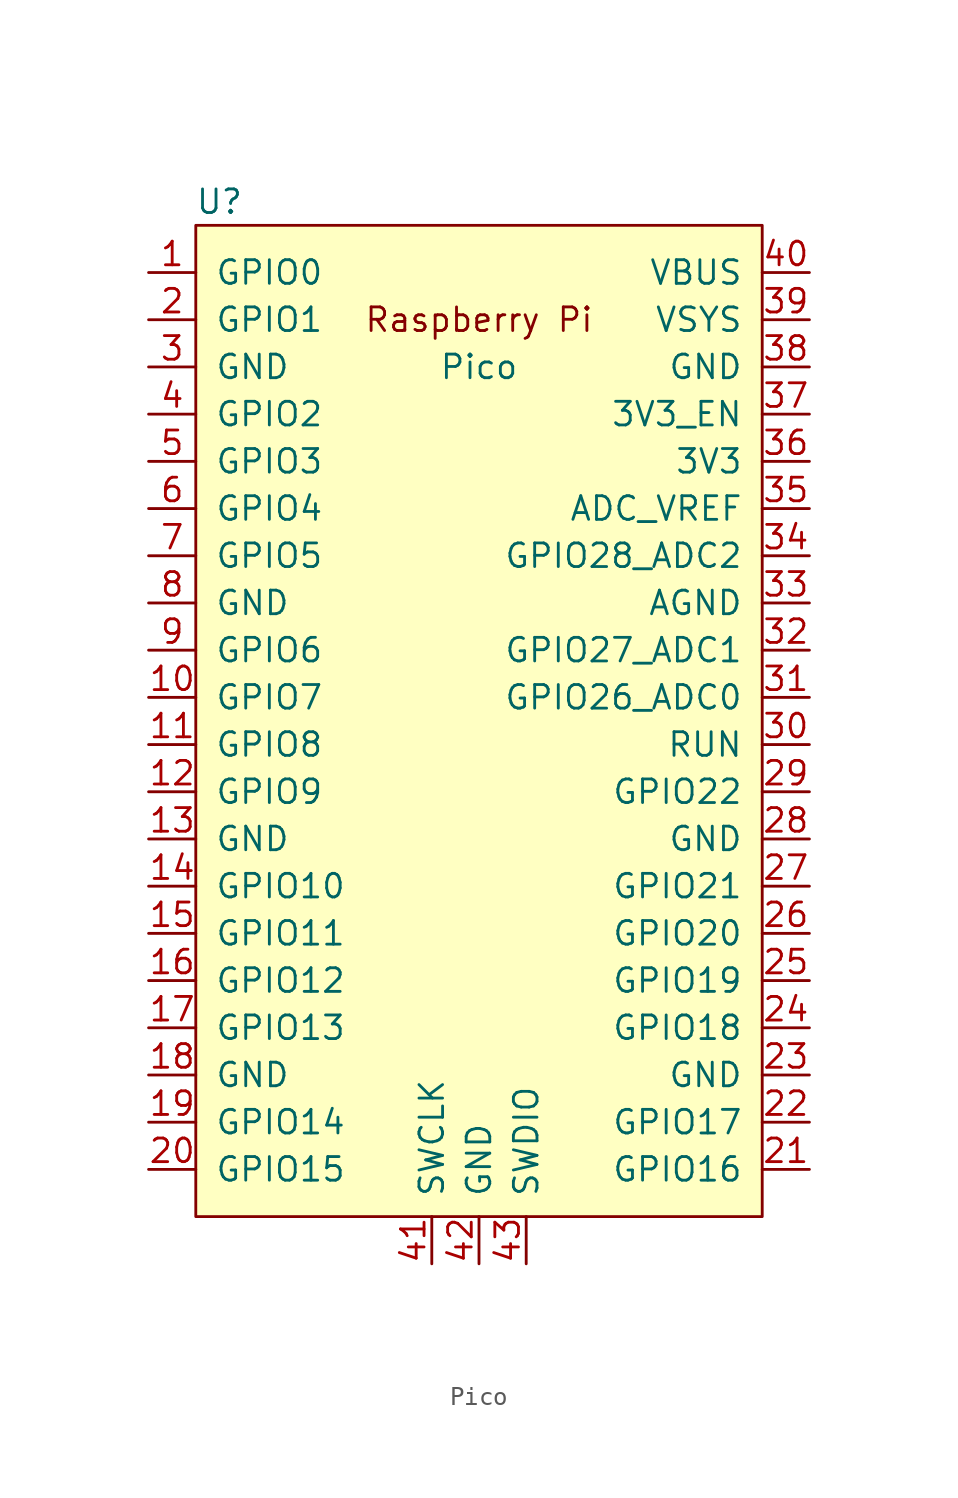
<source format=kicad_sym>
(kicad_symbol_lib
  (version 20220914)
  (generator kicad_symbol_editor)
  (symbol "Pico"
    (pin_names
      (offset 1.016))
    (property "Reference" "U"
      (at -13.97 27.94 0)
      (effects (font (size 1.27 1.27))))
    (property "Value" "Pico"
      (at 0 19.05 0)
      (effects (font (size 1.27 1.27))))
    (symbol "Pico_0_0"
      (text "Raspberry Pi" (at 0 21.59 0) (effects (font (size 1.27 1.27)))))
    (symbol "Pico_0_1"
      (rectangle (start -15.24 26.67) (end 15.24 -26.67) (stroke (width 0) (type default)) (fill (type background))))
    (symbol "Pico_1_1"
      (pin bidirectional line (at -17.78 24.13 0) (length 2.54) (name "GPIO0" (effects (font (size 1.27 1.27)))) (number "1" (effects (font (size 1.27 1.27)))))
      (pin bidirectional line (at -17.78 1.27 0) (length 2.54) (name "GPIO7" (effects (font (size 1.27 1.27)))) (number "10" (effects (font (size 1.27 1.27)))))
      (pin bidirectional line (at -17.78 -1.27 0) (length 2.54) (name "GPIO8" (effects (font (size 1.27 1.27)))) (number "11" (effects (font (size 1.27 1.27)))))
      (pin bidirectional line (at -17.78 -3.81 0) (length 2.54) (name "GPIO9" (effects (font (size 1.27 1.27)))) (number "12" (effects (font (size 1.27 1.27)))))
      (pin power_in line (at -17.78 -6.35 0) (length 2.54) (name "GND" (effects (font (size 1.27 1.27)))) (number "13" (effects (font (size 1.27 1.27)))))
      (pin bidirectional line (at -17.78 -8.89 0) (length 2.54) (name "GPIO10" (effects (font (size 1.27 1.27)))) (number "14" (effects (font (size 1.27 1.27)))))
      (pin bidirectional line (at -17.78 -11.43 0) (length 2.54) (name "GPIO11" (effects (font (size 1.27 1.27)))) (number "15" (effects (font (size 1.27 1.27)))))
      (pin bidirectional line (at -17.78 -13.97 0) (length 2.54) (name "GPIO12" (effects (font (size 1.27 1.27)))) (number "16" (effects (font (size 1.27 1.27)))))
      (pin bidirectional line (at -17.78 -16.51 0) (length 2.54) (name "GPIO13" (effects (font (size 1.27 1.27)))) (number "17" (effects (font (size 1.27 1.27)))))
      (pin power_in line (at -17.78 -19.05 0) (length 2.54) (name "GND" (effects (font (size 1.27 1.27)))) (number "18" (effects (font (size 1.27 1.27)))))
      (pin bidirectional line (at -17.78 -21.59 0) (length 2.54) (name "GPIO14" (effects (font (size 1.27 1.27)))) (number "19" (effects (font (size 1.27 1.27)))))
      (pin bidirectional line (at -17.78 21.59 0) (length 2.54) (name "GPIO1" (effects (font (size 1.27 1.27)))) (number "2" (effects (font (size 1.27 1.27)))))
      (pin bidirectional line (at -17.78 -24.13 0) (length 2.54) (name "GPIO15" (effects (font (size 1.27 1.27)))) (number "20" (effects (font (size 1.27 1.27)))))
      (pin bidirectional line (at 17.78 -24.13 180) (length 2.54) (name "GPIO16" (effects (font (size 1.27 1.27)))) (number "21" (effects (font (size 1.27 1.27)))))
      (pin bidirectional line (at 17.78 -21.59 180) (length 2.54) (name "GPIO17" (effects (font (size 1.27 1.27)))) (number "22" (effects (font (size 1.27 1.27)))))
      (pin power_in line (at 17.78 -19.05 180) (length 2.54) (name "GND" (effects (font (size 1.27 1.27)))) (number "23" (effects (font (size 1.27 1.27)))))
      (pin bidirectional line (at 17.78 -16.51 180) (length 2.54) (name "GPIO18" (effects (font (size 1.27 1.27)))) (number "24" (effects (font (size 1.27 1.27)))))
      (pin bidirectional line (at 17.78 -13.97 180) (length 2.54) (name "GPIO19" (effects (font (size 1.27 1.27)))) (number "25" (effects (font (size 1.27 1.27)))))
      (pin bidirectional line (at 17.78 -11.43 180) (length 2.54) (name "GPIO20" (effects (font (size 1.27 1.27)))) (number "26" (effects (font (size 1.27 1.27)))))
      (pin bidirectional line (at 17.78 -8.89 180) (length 2.54) (name "GPIO21" (effects (font (size 1.27 1.27)))) (number "27" (effects (font (size 1.27 1.27)))))
      (pin power_in line (at 17.78 -6.35 180) (length 2.54) (name "GND" (effects (font (size 1.27 1.27)))) (number "28" (effects (font (size 1.27 1.27)))))
      (pin bidirectional line (at 17.78 -3.81 180) (length 2.54) (name "GPIO22" (effects (font (size 1.27 1.27)))) (number "29" (effects (font (size 1.27 1.27)))))
      (pin power_in line (at -17.78 19.05 0) (length 2.54) (name "GND" (effects (font (size 1.27 1.27)))) (number "3" (effects (font (size 1.27 1.27)))))
      (pin input line (at 17.78 -1.27 180) (length 2.54) (name "RUN" (effects (font (size 1.27 1.27)))) (number "30" (effects (font (size 1.27 1.27)))))
      (pin bidirectional line (at 17.78 1.27 180) (length 2.54) (name "GPIO26_ADC0" (effects (font (size 1.27 1.27)))) (number "31" (effects (font (size 1.27 1.27)))))
      (pin bidirectional line (at 17.78 3.81 180) (length 2.54) (name "GPIO27_ADC1" (effects (font (size 1.27 1.27)))) (number "32" (effects (font (size 1.27 1.27)))))
      (pin power_in line (at 17.78 6.35 180) (length 2.54) (name "AGND" (effects (font (size 1.27 1.27)))) (number "33" (effects (font (size 1.27 1.27)))))
      (pin bidirectional line (at 17.78 8.89 180) (length 2.54) (name "GPIO28_ADC2" (effects (font (size 1.27 1.27)))) (number "34" (effects (font (size 1.27 1.27)))))
      (pin unspecified line (at 17.78 11.43 180) (length 2.54) (name "ADC_VREF" (effects (font (size 1.27 1.27)))) (number "35" (effects (font (size 1.27 1.27)))))
      (pin power_in line (at 17.78 13.97 180) (length 2.54) (name "3V3" (effects (font (size 1.27 1.27)))) (number "36" (effects (font (size 1.27 1.27)))))
      (pin input line (at 17.78 16.51 180) (length 2.54) (name "3V3_EN" (effects (font (size 1.27 1.27)))) (number "37" (effects (font (size 1.27 1.27)))))
      (pin power_in line (at 17.78 19.05 180) (length 2.54) (name "GND" (effects (font (size 1.27 1.27)))) (number "38" (effects (font (size 1.27 1.27)))))
      (pin unspecified line (at 17.78 21.59 180) (length 2.54) (name "VSYS" (effects (font (size 1.27 1.27)))) (number "39" (effects (font (size 1.27 1.27)))))
      (pin bidirectional line (at -17.78 16.51 0) (length 2.54) (name "GPIO2" (effects (font (size 1.27 1.27)))) (number "4" (effects (font (size 1.27 1.27)))))
      (pin unspecified line (at 17.78 24.13 180) (length 2.54) (name "VBUS" (effects (font (size 1.27 1.27)))) (number "40" (effects (font (size 1.27 1.27)))))
      (pin input line (at -2.54 -29.21 90) (length 2.54) (name "SWCLK" (effects (font (size 1.27 1.27)))) (number "41" (effects (font (size 1.27 1.27)))))
      (pin power_in line (at 0 -29.21 90) (length 2.54) (name "GND" (effects (font (size 1.27 1.27)))) (number "42" (effects (font (size 1.27 1.27)))))
      (pin bidirectional line (at 2.54 -29.21 90) (length 2.54) (name "SWDIO" (effects (font (size 1.27 1.27)))) (number "43" (effects (font (size 1.27 1.27)))))
      (pin bidirectional line (at -17.78 13.97 0) (length 2.54) (name "GPIO3" (effects (font (size 1.27 1.27)))) (number "5" (effects (font (size 1.27 1.27)))))
      (pin bidirectional line (at -17.78 11.43 0) (length 2.54) (name "GPIO4" (effects (font (size 1.27 1.27)))) (number "6" (effects (font (size 1.27 1.27)))))
      (pin bidirectional line (at -17.78 8.89 0) (length 2.54) (name "GPIO5" (effects (font (size 1.27 1.27)))) (number "7" (effects (font (size 1.27 1.27)))))
      (pin power_in line (at -17.78 6.35 0) (length 2.54) (name "GND" (effects (font (size 1.27 1.27)))) (number "8" (effects (font (size 1.27 1.27)))))
      (pin bidirectional line (at -17.78 3.81 0) (length 2.54) (name "GPIO6" (effects (font (size 1.27 1.27)))) (number "9" (effects (font (size 1.27 1.27))))))))
</source>
